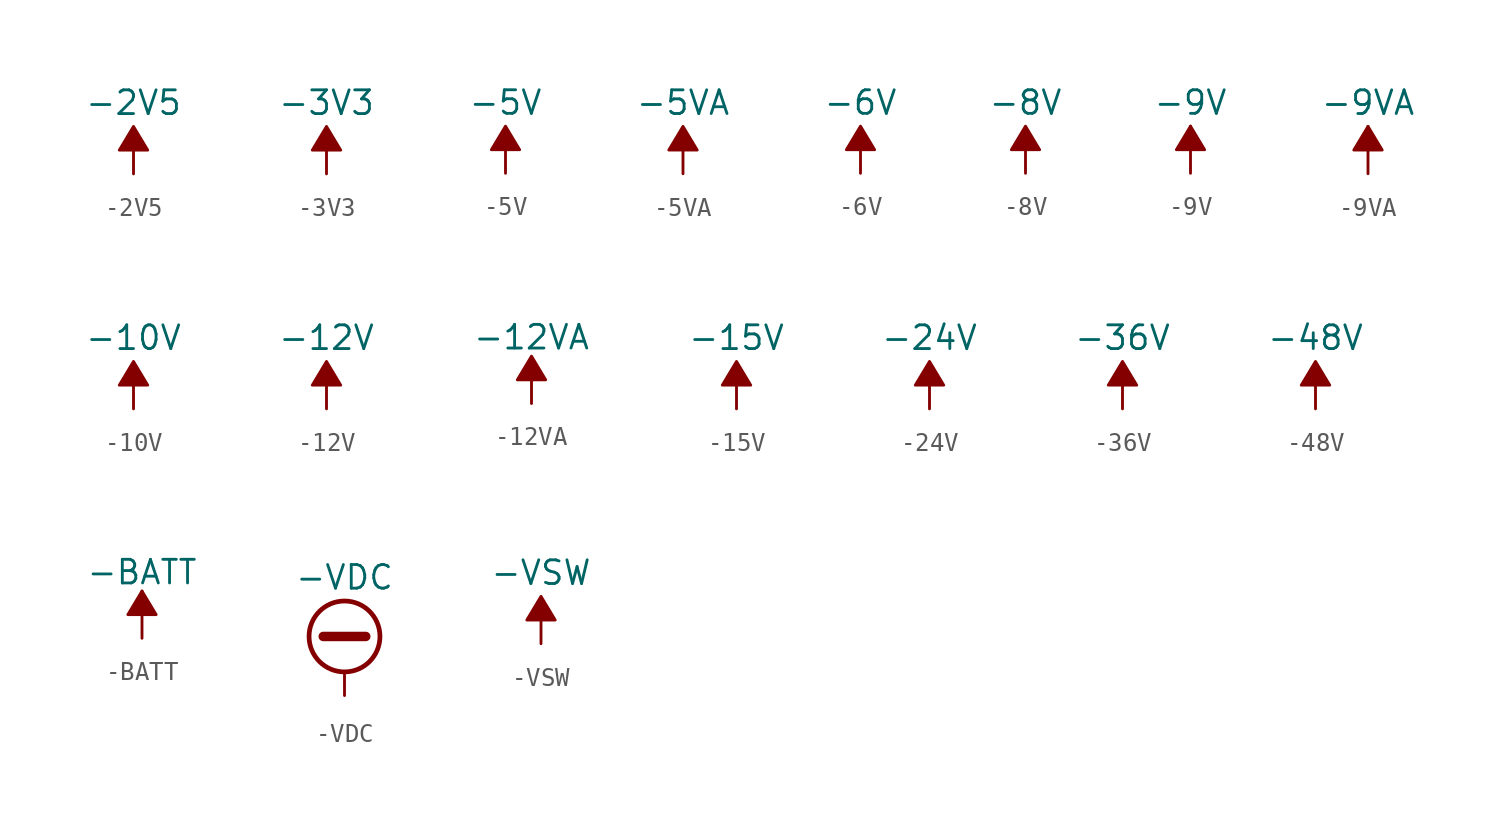
<source format=kicad_sym>
(kicad_symbol_lib
  (version 20201005)
  (generator kicad_symbol_editor)
  (symbol "power:-2V5"
    (power)
    (pin_names
      (offset 0))
    (property "Reference" "#PWR"
      (at 0 2.54 0)
      (effects (font (size 1.27 1.27)) hide))
    (property "Value" "-2V5"
      (at 0 3.81 0)
      (effects (font (size 1.27 1.27))))
    (symbol "-2V5_0_0"
      (pin power_in line (at 0 0 90) (length 0) hide (name "-2V5" (effects (font (size 1.27 1.27)))) (number "1" (effects (font (size 1.27 1.27))))))
    (symbol "-2V5_0_1"
      (polyline (pts (xy 0 0) (xy 0 1.27) (xy 0.762 1.27) (xy 0 2.54) (xy -0.762 1.27) (xy 0 1.27)) (stroke (width 0)) (fill (type outline)))))
  (symbol "power:-3V3"
    (power)
    (pin_names
      (offset 0))
    (property "Reference" "#PWR"
      (at 0 2.54 0)
      (effects (font (size 1.27 1.27)) hide))
    (property "Value" "-3V3"
      (at 0 3.81 0)
      (effects (font (size 1.27 1.27))))
    (symbol "-3V3_0_0"
      (pin power_in line (at 0 0 90) (length 0) hide (name "-3V3" (effects (font (size 1.27 1.27)))) (number "1" (effects (font (size 1.27 1.27))))))
    (symbol "-3V3_0_1"
      (polyline (pts (xy 0 0) (xy 0 1.27) (xy 0.762 1.27) (xy 0 2.54) (xy -0.762 1.27) (xy 0 1.27)) (stroke (width 0)) (fill (type outline)))))
  (symbol "power:-5V"
    (power)
    (pin_names
      (offset 0))
    (property "Reference" "#PWR"
      (at 0 2.54 0)
      (effects (font (size 1.27 1.27)) hide))
    (property "Value" "-5V"
      (at 0 3.81 0)
      (effects (font (size 1.27 1.27))))
    (symbol "-5V_0_0"
      (pin power_in line (at 0 0 90) (length 0) hide (name "-5V" (effects (font (size 1.27 1.27)))) (number "1" (effects (font (size 1.27 1.27))))))
    (symbol "-5V_0_1"
      (polyline (pts (xy 0 0) (xy 0 1.27) (xy 0.762 1.27) (xy 0 2.54) (xy -0.762 1.27) (xy 0 1.27)) (stroke (width 0)) (fill (type outline)))))
  (symbol "power:-5VA"
    (power)
    (pin_names
      (offset 0))
    (property "Reference" "#PWR"
      (at 0 2.54 0)
      (effects (font (size 1.27 1.27)) hide))
    (property "Value" "-5VA"
      (at 0 3.81 0)
      (effects (font (size 1.27 1.27))))
    (symbol "-5VA_0_0"
      (pin power_in line (at 0 0 90) (length 0) hide (name "-5VA" (effects (font (size 1.27 1.27)))) (number "1" (effects (font (size 1.27 1.27))))))
    (symbol "-5VA_0_1"
      (polyline (pts (xy 0 0) (xy 0 1.27) (xy 0.762 1.27) (xy 0 2.54) (xy -0.762 1.27) (xy 0 1.27)) (stroke (width 0)) (fill (type outline)))))
  (symbol "power:-6V"
    (power)
    (pin_names
      (offset 0))
    (property "Reference" "#PWR"
      (at 0 2.54 0)
      (effects (font (size 1.27 1.27)) hide))
    (property "Value" "-6V"
      (at 0 3.81 0)
      (effects (font (size 1.27 1.27))))
    (symbol "-6V_0_0"
      (pin power_in line (at 0 0 90) (length 0) hide (name "-6V" (effects (font (size 1.27 1.27)))) (number "1" (effects (font (size 1.27 1.27))))))
    (symbol "-6V_0_1"
      (polyline (pts (xy 0 0) (xy 0 1.27) (xy 0.762 1.27) (xy 0 2.54) (xy -0.762 1.27) (xy 0 1.27)) (stroke (width 0)) (fill (type outline)))))
  (symbol "power:-8V"
    (power)
    (pin_names
      (offset 0))
    (property "Reference" "#PWR"
      (at 0 2.54 0)
      (effects (font (size 1.27 1.27)) hide))
    (property "Value" "-8V"
      (at 0 3.81 0)
      (effects (font (size 1.27 1.27))))
    (symbol "-8V_0_0"
      (pin power_in line (at 0 0 90) (length 0) hide (name "-8V" (effects (font (size 1.27 1.27)))) (number "1" (effects (font (size 1.27 1.27))))))
    (symbol "-8V_0_1"
      (polyline (pts (xy 0 0) (xy 0 1.27) (xy 0.762 1.27) (xy 0 2.54) (xy -0.762 1.27) (xy 0 1.27)) (stroke (width 0)) (fill (type outline)))))
  (symbol "power:-9V"
    (power)
    (pin_names
      (offset 0))
    (property "Reference" "#PWR"
      (at 0 -3.175 0)
      (effects (font (size 1.27 1.27)) hide))
    (property "Value" "-9V"
      (at 0 3.81 0)
      (effects (font (size 1.27 1.27))))
    (symbol "-9V_0_1"
      (polyline (pts (xy 0 0) (xy 0 2.54)) (stroke (width 0)) (fill (type none)))
      (polyline (pts (xy 0.762 1.27) (xy -0.762 1.27) (xy 0 2.54) (xy 0.762 1.27)) (stroke (width 0)) (fill (type outline))))
    (symbol "-9V_1_1"
      (pin power_in line (at 0 0 90) (length 0) hide (name "-9V" (effects (font (size 1.27 1.27)))) (number "1" (effects (font (size 1.27 1.27)))))))
  (symbol "power:-9VA"
    (power)
    (pin_names
      (offset 0))
    (property "Reference" "#PWR"
      (at 0 -3.175 0)
      (effects (font (size 1.27 1.27)) hide))
    (property "Value" "-9VA"
      (at 0 3.81 0)
      (effects (font (size 1.27 1.27))))
    (symbol "-9VA_0_1"
      (polyline (pts (xy 0 0) (xy 0 2.54)) (stroke (width 0)) (fill (type none)))
      (polyline (pts (xy 0.762 1.27) (xy -0.762 1.27) (xy 0 2.54) (xy 0.762 1.27)) (stroke (width 0)) (fill (type outline))))
    (symbol "-9VA_1_1"
      (pin power_in line (at 0 0 90) (length 0) hide (name "-9VA" (effects (font (size 1.27 1.27)))) (number "1" (effects (font (size 1.27 1.27)))))))
  (symbol "power:-10V"
    (power)
    (pin_names
      (offset 0))
    (property "Reference" "#PWR"
      (at 0 2.54 0)
      (effects (font (size 1.27 1.27)) hide))
    (property "Value" "-10V"
      (at 0 3.81 0)
      (effects (font (size 1.27 1.27))))
    (symbol "-10V_0_0"
      (pin power_in line (at 0 0 90) (length 0) hide (name "-10V" (effects (font (size 1.27 1.27)))) (number "1" (effects (font (size 1.27 1.27))))))
    (symbol "-10V_0_1"
      (polyline (pts (xy 0 0) (xy 0 1.27) (xy 0.762 1.27) (xy 0 2.54) (xy -0.762 1.27) (xy 0 1.27)) (stroke (width 0)) (fill (type outline)))))
  (symbol "power:-12V"
    (power)
    (pin_names
      (offset 0))
    (property "Reference" "#PWR"
      (at 0 2.54 0)
      (effects (font (size 1.27 1.27)) hide))
    (property "Value" "-12V"
      (at 0 3.81 0)
      (effects (font (size 1.27 1.27))))
    (symbol "-12V_0_0"
      (pin power_in line (at 0 0 90) (length 0) hide (name "-12V" (effects (font (size 1.27 1.27)))) (number "1" (effects (font (size 1.27 1.27))))))
    (symbol "-12V_0_1"
      (polyline (pts (xy 0 0) (xy 0 1.27) (xy 0.762 1.27) (xy 0 2.54) (xy -0.762 1.27) (xy 0 1.27)) (stroke (width 0)) (fill (type outline)))))
  (symbol "power:-12VA"
    (power)
    (pin_names
      (offset 0))
    (property "Reference" "#PWR"
      (at 0 -3.81 0)
      (effects (font (size 1.27 1.27)) hide))
    (property "Value" "-12VA"
      (at 0 3.556 0)
      (effects (font (size 1.27 1.27))))
    (symbol "-12VA_0_0"
      (pin power_in line (at 0 0 90) (length 0) hide (name "-12VA" (effects (font (size 1.27 1.27)))) (number "1" (effects (font (size 1.27 1.27))))))
    (symbol "-12VA_0_1"
      (polyline (pts (xy 0 0) (xy 0 1.27) (xy 0.762 1.27) (xy 0 2.54) (xy -0.762 1.27) (xy 0 1.27)) (stroke (width 0)) (fill (type outline)))))
  (symbol "power:-15V"
    (power)
    (pin_names
      (offset 0))
    (property "Reference" "#PWR"
      (at 0 2.54 0)
      (effects (font (size 1.27 1.27)) hide))
    (property "Value" "-15V"
      (at 0 3.81 0)
      (effects (font (size 1.27 1.27))))
    (symbol "-15V_0_0"
      (pin power_in line (at 0 0 90) (length 0) hide (name "-15V" (effects (font (size 1.27 1.27)))) (number "1" (effects (font (size 1.27 1.27))))))
    (symbol "-15V_0_1"
      (polyline (pts (xy 0 0) (xy 0 1.27) (xy 0.762 1.27) (xy 0 2.54) (xy -0.762 1.27) (xy 0 1.27)) (stroke (width 0)) (fill (type outline)))))
  (symbol "power:-24V"
    (power)
    (pin_names
      (offset 0))
    (property "Reference" "#PWR"
      (at 0 2.54 0)
      (effects (font (size 1.27 1.27)) hide))
    (property "Value" "-24V"
      (at 0 3.81 0)
      (effects (font (size 1.27 1.27))))
    (symbol "-24V_0_0"
      (pin power_in line (at 0 0 90) (length 0) hide (name "-24V" (effects (font (size 1.27 1.27)))) (number "1" (effects (font (size 1.27 1.27))))))
    (symbol "-24V_0_1"
      (polyline (pts (xy 0 0) (xy 0 1.27) (xy 0.762 1.27) (xy 0 2.54) (xy -0.762 1.27) (xy 0 1.27)) (stroke (width 0)) (fill (type outline)))))
  (symbol "power:-36V"
    (power)
    (pin_names
      (offset 0))
    (property "Reference" "#PWR"
      (at 0 2.54 0)
      (effects (font (size 1.27 1.27)) hide))
    (property "Value" "-36V"
      (at 0 3.81 0)
      (effects (font (size 1.27 1.27))))
    (symbol "-36V_0_0"
      (pin power_in line (at 0 0 90) (length 0) hide (name "-36V" (effects (font (size 1.27 1.27)))) (number "1" (effects (font (size 1.27 1.27))))))
    (symbol "-36V_0_1"
      (polyline (pts (xy 0 0) (xy 0 1.27) (xy 0.762 1.27) (xy 0 2.54) (xy -0.762 1.27) (xy 0 1.27)) (stroke (width 0)) (fill (type outline)))))
  (symbol "power:-48V"
    (power)
    (pin_names
      (offset 0))
    (property "Reference" "#PWR"
      (at 0 2.54 0)
      (effects (font (size 1.27 1.27)) hide))
    (property "Value" "-48V"
      (at 0 3.81 0)
      (effects (font (size 1.27 1.27))))
    (symbol "-48V_0_0"
      (pin power_in line (at 0 0 90) (length 0) hide (name "-48V" (effects (font (size 1.27 1.27)))) (number "1" (effects (font (size 1.27 1.27))))))
    (symbol "-48V_0_1"
      (polyline (pts (xy 0 0) (xy 0 1.27) (xy 0.762 1.27) (xy 0 2.54) (xy -0.762 1.27) (xy 0 1.27)) (stroke (width 0)) (fill (type outline)))))
  (symbol "power:-BATT"
    (power)
    (pin_names
      (offset 0))
    (property "Reference" "#PWR"
      (at 0 -3.81 0)
      (effects (font (size 1.27 1.27)) hide))
    (property "Value" "-BATT"
      (at 0 3.556 0)
      (effects (font (size 1.27 1.27))))
    (symbol "-BATT_0_1"
      (polyline (pts (xy 0 0) (xy 0 2.54)) (stroke (width 0)) (fill (type none)))
      (polyline (pts (xy 0.762 1.27) (xy -0.762 1.27) (xy 0 2.54) (xy 0.762 1.27)) (stroke (width 0)) (fill (type outline))))
    (symbol "-BATT_1_1"
      (pin power_in line (at 0 0 90) (length 0) hide (name "-BATT" (effects (font (size 1.27 1.27)))) (number "1" (effects (font (size 1.27 1.27)))))))
  (symbol "power:-VDC"
    (power)
    (pin_names
      (offset 0))
    (property "Reference" "#PWR"
      (at 0 -2.54 0)
      (effects (font (size 1.27 1.27)) hide))
    (property "Value" "-VDC"
      (at 0 6.35 0)
      (effects (font (size 1.27 1.27))))
    (symbol "-VDC_0_1"
      (circle (center 0 3.175) (radius 1.905) (stroke (width 0.254)) (fill (type none)))
      (polyline (pts (xy -1.143 3.175) (xy 1.143 3.175)) (stroke (width 0.508)) (fill (type none)))
      (polyline (pts (xy 0 0) (xy 0 1.27)) (stroke (width 0)) (fill (type none))))
    (symbol "-VDC_1_1"
      (pin power_in line (at 0 0 90) (length 0) hide (name "-VDC" (effects (font (size 1.27 1.27)))) (number "1" (effects (font (size 1.27 1.27)))))))
  (symbol "power:-VSW"
    (power)
    (pin_names
      (offset 0))
    (property "Reference" "#PWR"
      (at 0 2.54 0)
      (effects (font (size 1.27 1.27)) hide))
    (property "Value" "-VSW"
      (at 0 3.81 0)
      (effects (font (size 1.27 1.27))))
    (symbol "-VSW_0_0"
      (pin power_in line (at 0 0 90) (length 0) hide (name "-VSW" (effects (font (size 1.27 1.27)))) (number "1" (effects (font (size 1.27 1.27))))))
    (symbol "-VSW_0_1"
      (polyline (pts (xy 0 0) (xy 0 1.27) (xy 0.762 1.27) (xy 0 2.54) (xy -0.762 1.27) (xy 0 1.27)) (stroke (width 0)) (fill (type outline))))))
</source>
